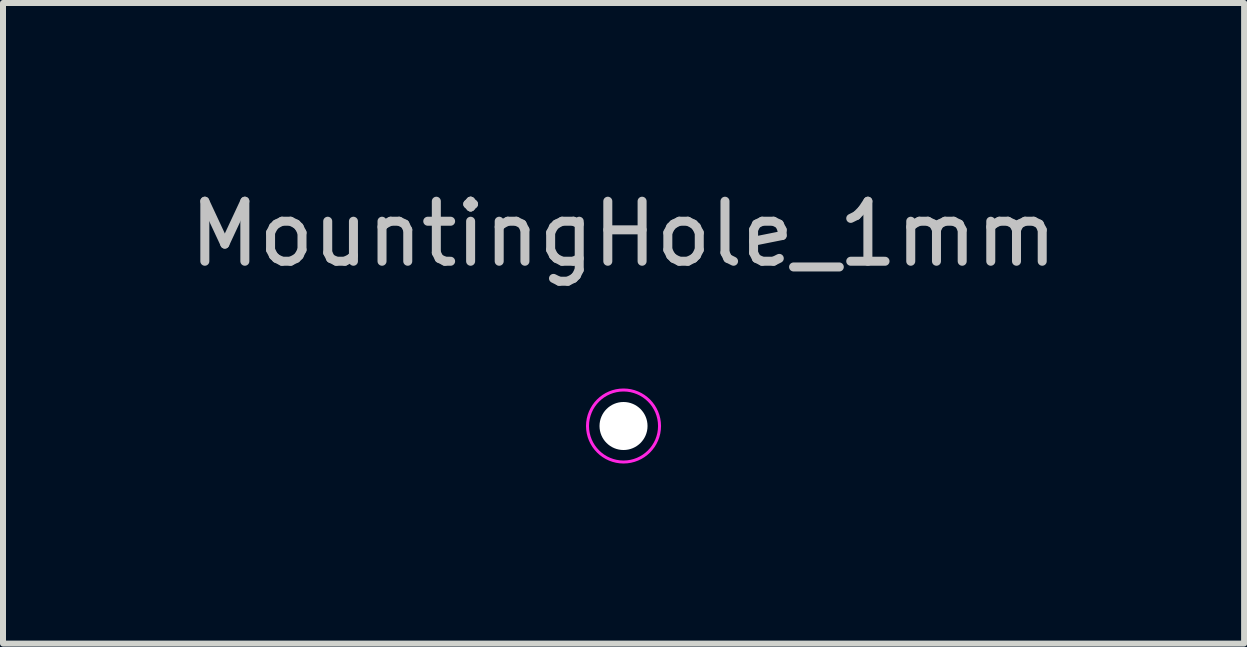
<source format=kicad_pcb>
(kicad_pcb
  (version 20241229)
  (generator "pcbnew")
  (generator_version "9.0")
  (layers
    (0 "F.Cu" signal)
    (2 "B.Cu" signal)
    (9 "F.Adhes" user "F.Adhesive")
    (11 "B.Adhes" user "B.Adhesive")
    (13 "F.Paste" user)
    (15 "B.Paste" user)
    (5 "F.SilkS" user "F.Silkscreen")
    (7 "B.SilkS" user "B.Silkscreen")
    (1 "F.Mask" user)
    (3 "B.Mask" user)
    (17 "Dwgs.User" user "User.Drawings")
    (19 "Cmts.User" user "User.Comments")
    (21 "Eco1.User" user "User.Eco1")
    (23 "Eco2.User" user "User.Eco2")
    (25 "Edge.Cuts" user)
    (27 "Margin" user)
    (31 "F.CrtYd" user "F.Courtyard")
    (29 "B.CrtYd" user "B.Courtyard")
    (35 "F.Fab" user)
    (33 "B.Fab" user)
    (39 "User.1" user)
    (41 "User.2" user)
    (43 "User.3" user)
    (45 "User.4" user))
  (footprint "MountingHole_1mm"
    (layer "F.Cu")
    (at 7.339 4.048)
    (property "Reference" "MountingHole_1mm" (at 0 -3.2 0) (layer "Dwgs.User") (effects (font (size 1 1) (thickness 0.15))))
    (attr exclude_from_pos_files exclude_from_bom)
    (fp_circle (center 0 0) (end 0.6 0) (stroke (width 0.05) (type solid)) (fill no) (layer "F.CrtYd"))
    (pad "" np_thru_hole circle (at 0 0) (size 0.8 0.8) (drill 0.8) (layers "*.Cu" "*.Mask")))
  (gr_rect
    (start -3 -3)
    (end 17.679 7.673)
    (stroke (width 0.1) (type default))
    (fill no)
    (layer "Edge.Cuts")))
</source>
